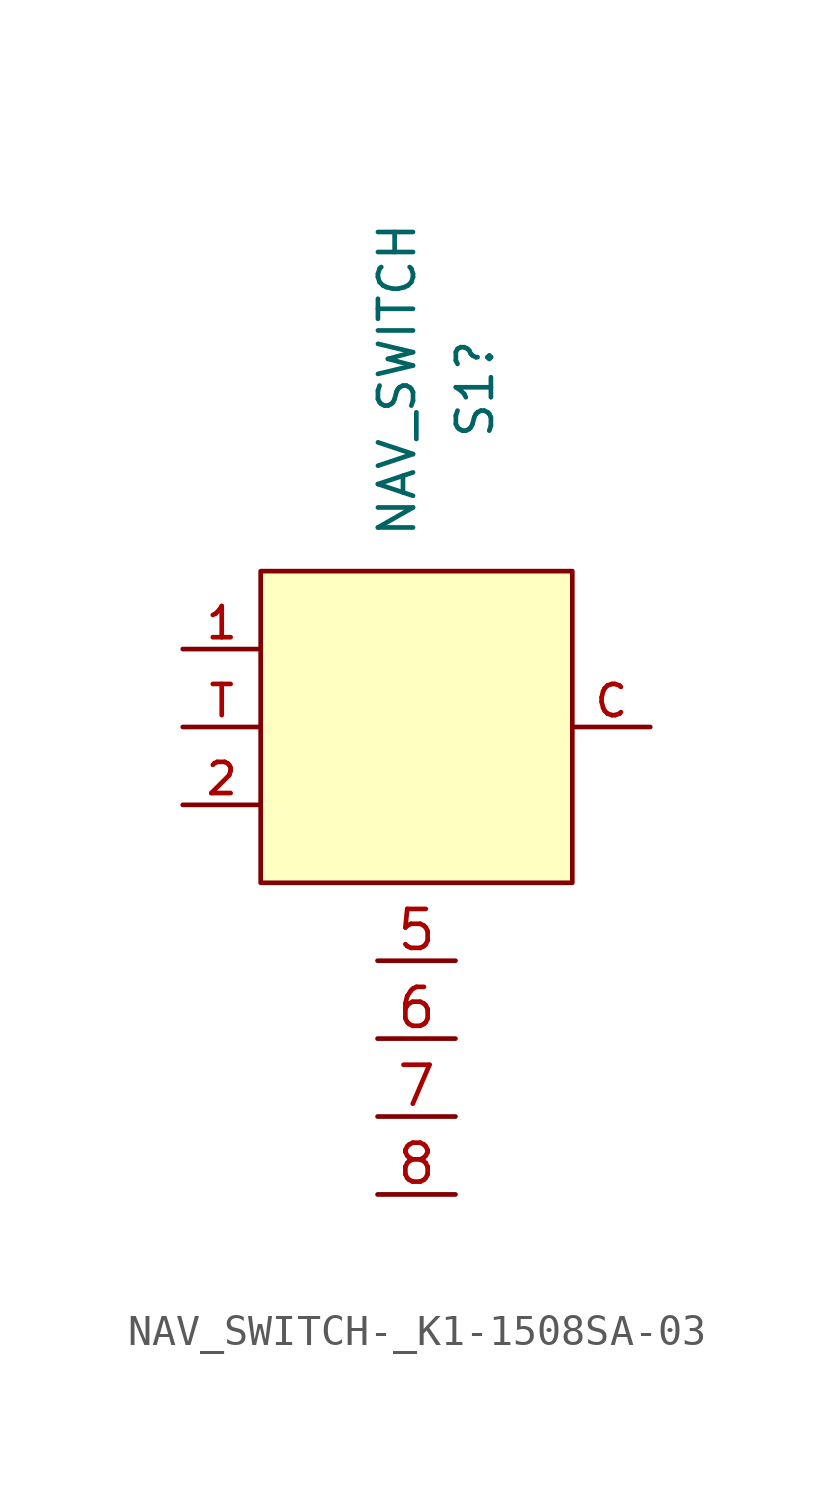
<source format=kicad_sym>
(kicad_symbol_lib
  (version 20220914)
  (generator kicad_symbol_editor)
  (symbol "NAV_SWITCH-_K1-1508SA-03"
    (pin_names
      (offset 1.016) hide)
    (property "Reference" "S1"
      (at 1.905 12.7 90)
      (effects (font (size 1.143 1.143)) (justify right)))
    (property "Value" "NAV_SWITCH"
      (at -0.635 16.51 90)
      (effects (font (size 1.143 1.143)) (justify right)))
    (symbol "NAV_SWITCH-_K1-1508SA-03_1_0"
      (pin input line (at -1.27 -10.16 0) (length 2.54) (name "6" (effects (font (size 1.27 1.27)))) (number "6" (effects (font (size 1.27 1.27))))))
    (symbol "NAV_SWITCH-_K1-1508SA-03_1_1"
      (polyline (pts (xy -5.08 5.08) (xy 5.08 5.08) (xy 5.08 -5.08) (xy -5.08 -5.08) (xy -5.08 5.08)) (stroke (width 0) (type default)) (fill (type background)))
      (pin input line (at -7.62 2.54 0) (length 2.54) (name "1" (effects (font (size 1.016 1.016)))) (number "1" (effects (font (size 1.016 1.016)))))
      (pin input line (at -7.62 -2.54 0) (length 2.54) (name "2" (effects (font (size 1.016 1.016)))) (number "2" (effects (font (size 1.016 1.016)))))
      (pin input line (at -1.27 -7.62 0) (length 2.54) (name "5" (effects (font (size 1.27 1.27)))) (number "5" (effects (font (size 1.27 1.27)))))
      (pin input line (at -1.27 -12.7 0) (length 2.54) (name "7" (effects (font (size 1.27 1.27)))) (number "7" (effects (font (size 1.27 1.27)))))
      (pin input line (at -1.27 -15.24 0) (length 2.54) (name "8" (effects (font (size 1.27 1.27)))) (number "8" (effects (font (size 1.27 1.27)))))
      (pin power_in line (at 7.62 0 180) (length 2.54) (name "C" (effects (font (size 1.016 1.016)))) (number "C" (effects (font (size 1.016 1.016)))))
      (pin input line (at -7.62 0 0) (length 2.54) (name "T" (effects (font (size 1.016 1.016)))) (number "T" (effects (font (size 1.016 1.016))))))))
</source>
